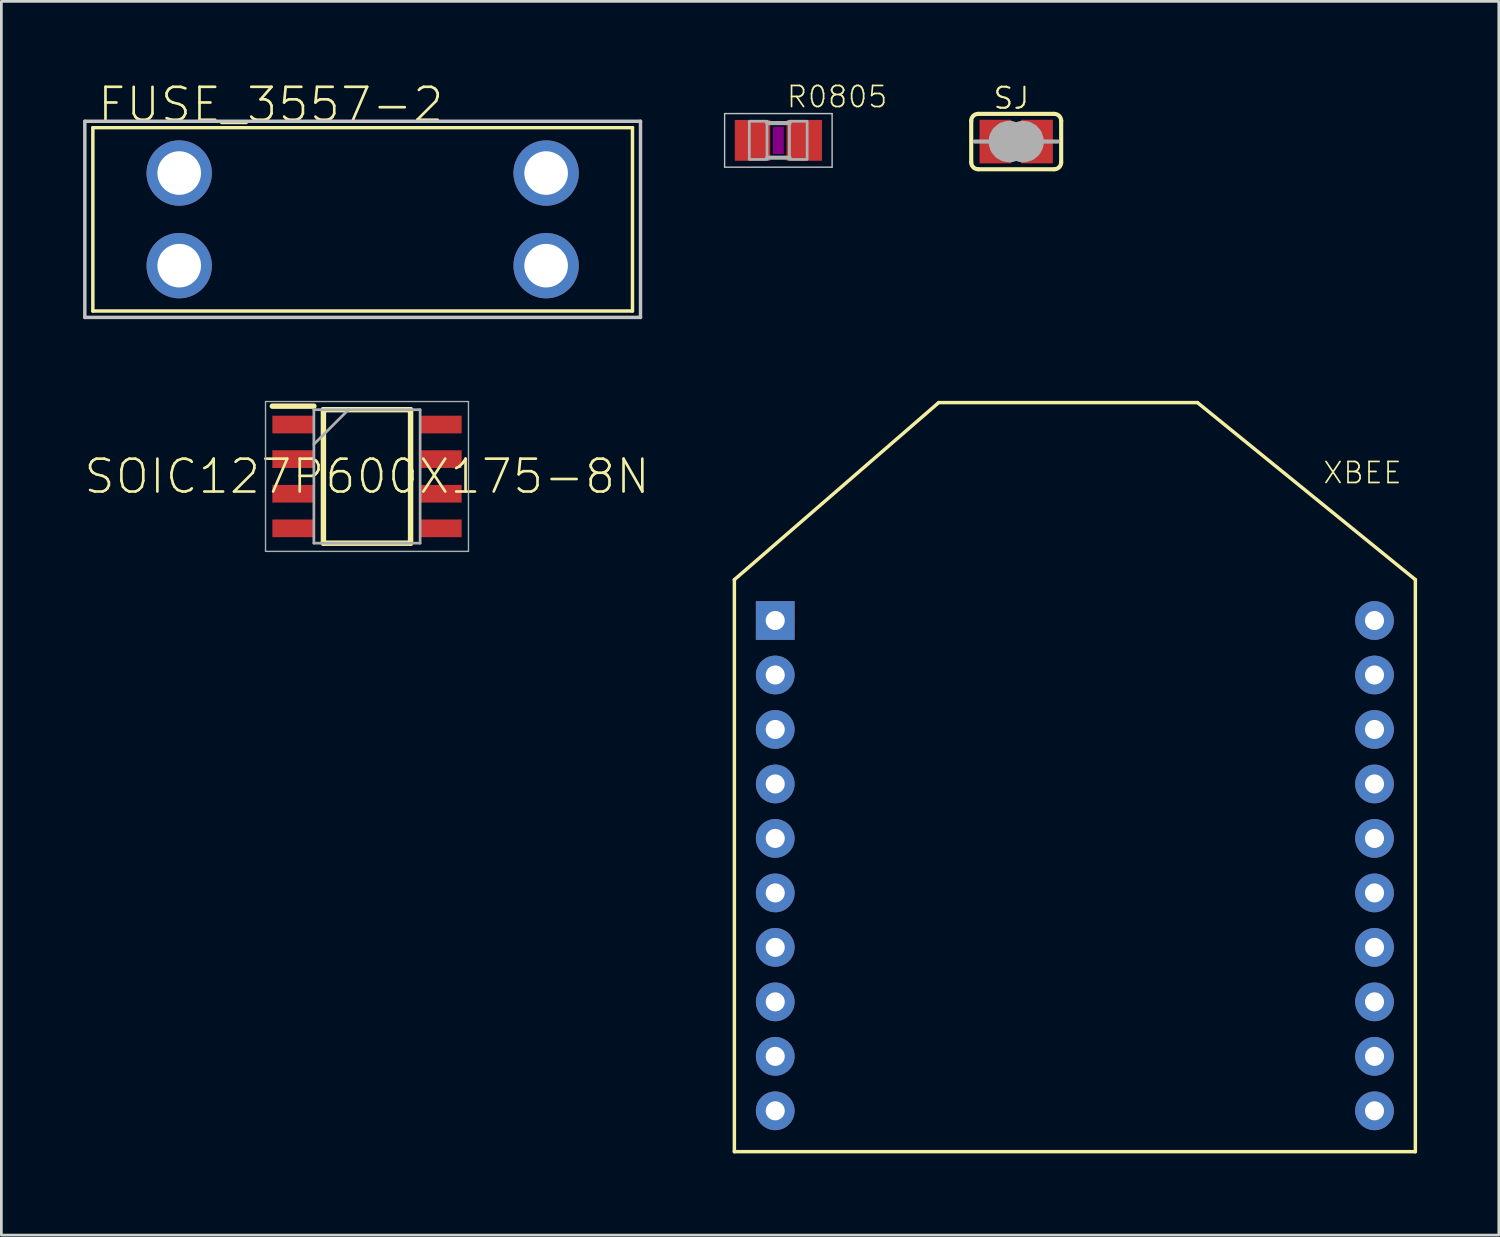
<source format=kicad_pcb>
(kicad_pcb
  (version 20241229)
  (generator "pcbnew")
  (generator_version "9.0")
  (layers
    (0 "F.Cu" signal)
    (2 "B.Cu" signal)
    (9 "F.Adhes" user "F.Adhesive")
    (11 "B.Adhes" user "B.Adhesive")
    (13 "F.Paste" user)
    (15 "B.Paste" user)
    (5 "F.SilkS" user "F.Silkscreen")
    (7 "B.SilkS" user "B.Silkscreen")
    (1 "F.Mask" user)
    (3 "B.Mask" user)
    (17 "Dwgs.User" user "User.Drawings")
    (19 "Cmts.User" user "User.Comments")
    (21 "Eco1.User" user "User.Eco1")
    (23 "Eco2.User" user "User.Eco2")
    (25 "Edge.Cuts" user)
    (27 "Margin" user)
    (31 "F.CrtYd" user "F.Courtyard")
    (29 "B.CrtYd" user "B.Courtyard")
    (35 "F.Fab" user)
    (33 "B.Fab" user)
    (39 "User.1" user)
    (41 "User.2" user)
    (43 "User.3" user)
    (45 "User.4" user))
  (footprint "FUSE_3557-2"
    (layer "F.Cu")
    (at 10.264 5.003)
    (property "Reference" "FUSE_3557-2" (at -9.793 -3.505 0) (layer "F.SilkS") (effects (font (size 1.208 1.208) (thickness 0.097)) (justify left bottom)))
    (attr through_hole)
    (fp_line (start -9.905 -3.365) (end -9.905 3.365) (stroke (width 0.127) (type solid)) (layer "F.SilkS"))
    (fp_line (start -9.905 3.365) (end 9.905 3.365) (stroke (width 0.127) (type solid)) (layer "F.SilkS"))
    (fp_line (start 9.905 -3.365) (end -9.905 -3.365) (stroke (width 0.127) (type solid)) (layer "F.SilkS"))
    (fp_line (start 9.905 3.365) (end 9.905 -3.365) (stroke (width 0.127) (type solid)) (layer "F.SilkS"))
    (fp_line (start -10.2 -3.6) (end 10.2 -3.6) (stroke (width 0.127) (type solid)) (layer "Dwgs.User"))
    (fp_line (start -10.2 3.6) (end -10.2 -3.6) (stroke (width 0.127) (type solid)) (layer "Dwgs.User"))
    (fp_line (start 10.2 -3.6) (end 10.2 3.6) (stroke (width 0.127) (type solid)) (layer "Dwgs.User"))
    (fp_line (start 10.2 3.6) (end -10.2 3.6) (stroke (width 0.127) (type solid)) (layer "Dwgs.User"))
    (pad "1" thru_hole circle (at -6.735 -1.7) (size 2.4 2.4) (drill 1.6) (layers "*.Cu" "*.Mask"))
    (pad "2" thru_hole circle (at -6.735 1.7) (size 2.4 2.4) (drill 1.6) (layers "*.Cu" "*.Mask"))
    (pad "3" thru_hole circle (at 6.735 -1.7) (size 2.4 2.4) (drill 1.6) (layers "*.Cu" "*.Mask"))
    (pad "4" thru_hole circle (at 6.735 1.7) (size 2.4 2.4) (drill 1.6) (layers "*.Cu" "*.Mask")))
  (footprint "SOIC127P600X175-8N"
    (layer "F.Cu")
    (at 10.423 14.441)
    (property "Reference" "SOIC127P600X175-8N" (at 0 0 0) (layer "F.SilkS") (effects (font (size 1.206 1.206) (thickness 0.097))))
    (attr through_hole)
    (fp_line (start -3.475 -2.58) (end -1.95 -2.58) (stroke (width 0.2) (type solid)) (layer "F.SilkS"))
    (fp_line (start -1.6 -2.45) (end 1.6 -2.45) (stroke (width 0.2) (type solid)) (layer "F.SilkS"))
    (fp_line (start -1.6 2.45) (end -1.6 -2.45) (stroke (width 0.2) (type solid)) (layer "F.SilkS"))
    (fp_line (start 1.6 -2.45) (end 1.6 2.45) (stroke (width 0.2) (type solid)) (layer "F.SilkS"))
    (fp_line (start 1.6 2.45) (end -1.6 2.45) (stroke (width 0.2) (type solid)) (layer "F.SilkS"))
    (fp_line (start -3.725 -2.75) (end 3.725 -2.75) (stroke (width 0.05) (type solid)) (layer "F.Fab"))
    (fp_line (start -3.725 2.75) (end -3.725 -2.75) (stroke (width 0.05) (type solid)) (layer "F.Fab"))
    (fp_line (start -1.95 -2.45) (end 1.95 -2.45) (stroke (width 0.1) (type solid)) (layer "F.Fab"))
    (fp_line (start -1.95 -1.18) (end -0.68 -2.45) (stroke (width 0.1) (type solid)) (layer "F.Fab"))
    (fp_line (start -1.95 2.45) (end -1.95 -2.45) (stroke (width 0.1) (type solid)) (layer "F.Fab"))
    (fp_line (start 1.95 -2.45) (end 1.95 2.45) (stroke (width 0.1) (type solid)) (layer "F.Fab"))
    (fp_line (start 1.95 2.45) (end -1.95 2.45) (stroke (width 0.1) (type solid)) (layer "F.Fab"))
    (fp_line (start 3.725 -2.75) (end 3.725 2.75) (stroke (width 0.05) (type solid)) (layer "F.Fab"))
    (fp_line (start 3.725 2.75) (end -3.725 2.75) (stroke (width 0.05) (type solid)) (layer "F.Fab"))
    (pad "1" smd rect (at -2.712 -1.905) (size 1.525 0.65) (layers "F.Cu" "F.Mask" "F.Paste"))
    (pad "2" smd rect (at -2.712 -0.635) (size 1.525 0.65) (layers "F.Cu" "F.Mask" "F.Paste"))
    (pad "3" smd rect (at -2.712 0.635) (size 1.525 0.65) (layers "F.Cu" "F.Mask" "F.Paste"))
    (pad "4" smd rect (at -2.712 1.905) (size 1.525 0.65) (layers "F.Cu" "F.Mask" "F.Paste"))
    (pad "5" smd rect (at 2.712 1.905) (size 1.525 0.65) (layers "F.Cu" "F.Mask" "F.Paste"))
    (pad "6" smd rect (at 2.712 0.635) (size 1.525 0.65) (layers "F.Cu" "F.Mask" "F.Paste"))
    (pad "7" smd rect (at 2.712 -0.635) (size 1.525 0.65) (layers "F.Cu" "F.Mask" "F.Paste"))
    (pad "8" smd rect (at 2.712 -1.905) (size 1.525 0.65) (layers "F.Cu" "F.Mask" "F.Paste")))
  (footprint "SJ"
    (layer "F.Cu")
    (at 34.256 2.147)
    (property "Reference" "SJ" (at -0.889 -1.143 0) (layer "F.SilkS") (effects (font (size 0.772 0.772) (thickness 0.077)) (justify left bottom)))
    (attr through_hole)
    (fp_poly (pts (xy -0.076 0.914) (xy 0.076 0.914) (xy 0.076 -0.914) (xy -0.076 -0.914)) (stroke (width 0) (type solid)) (fill yes) (layer "F.Mask"))
    (fp_line (start -1.651 0.762) (end -1.651 -0.762) (stroke (width 0.152) (type solid)) (layer "F.SilkS"))
    (fp_line (start -1.397 -1.016) (end 1.397 -1.016) (stroke (width 0.152) (type solid)) (layer "F.SilkS"))
    (fp_line (start 1.397 1.016) (end -1.397 1.016) (stroke (width 0.152) (type solid)) (layer "F.SilkS"))
    (fp_line (start 1.651 0.762) (end 1.651 -0.762) (stroke (width 0.152) (type solid)) (layer "F.SilkS"))
    (fp_arc (start -1.651 -0.762) (mid -1.576605 -0.941605) (end -1.397 -1.016) (stroke (width 0.1524) (type solid)) (layer "F.SilkS"))
    (fp_arc (start -1.397 1.016) (mid -1.576605 0.941605) (end -1.651 0.762) (stroke (width 0.1524) (type solid)) (layer "F.SilkS"))
    (fp_arc (start 1.397 -1.016) (mid 1.576605 -0.941605) (end 1.651 -0.762) (stroke (width 0.1524) (type solid)) (layer "F.SilkS"))
    (fp_arc (start 1.651 0.762) (mid 1.576605 0.941605) (end 1.397 1.016) (stroke (width 0.1524) (type solid)) (layer "F.SilkS"))
    (fp_line (start -1.016 0) (end -1.524 0) (stroke (width 0.152) (type solid)) (layer "F.Fab"))
    (fp_line (start 1.016 0) (end 1.524 0) (stroke (width 0.152) (type solid)) (layer "F.Fab"))
    (fp_arc (start -0.254 0.127) (mid -0.381 0) (end -0.254 -0.127) (stroke (width 1.27) (type solid)) (layer "F.Fab"))
    (fp_arc (start 0.254 -0.127) (mid 0.381 0) (end 0.254 0.127) (stroke (width 1.27) (type solid)) (layer "F.Fab"))
    (pad "1" smd rect (at -0.762 0) (size 1.168 1.6) (layers "F.Cu" "F.Mask" "F.Paste"))
    (pad "2" smd rect (at 0.762 0) (size 1.168 1.6) (layers "F.Cu" "F.Mask" "F.Paste")))
  (footprint "XBEE"
    (layer "F.Cu")
    (at 36.41 25.23)
    (property "Reference" "XBEE" (at 9.068 -10.47 180) (layer "F.SilkS") (effects (font (size 0.772 0.772) (thickness 0.062)) (justify left bottom)))
    (attr through_hole)
    (fp_line (start -12.5 -7) (end -12.5 14) (stroke (width 0.127) (type solid)) (layer "F.SilkS"))
    (fp_line (start -12.5 14) (end 12.5 14) (stroke (width 0.127) (type solid)) (layer "F.SilkS"))
    (fp_line (start -5 -13.5) (end -12.5 -7) (stroke (width 0.127) (type solid)) (layer "F.SilkS"))
    (fp_line (start 4.5 -13.5) (end -5 -13.5) (stroke (width 0.127) (type solid)) (layer "F.SilkS"))
    (fp_line (start 12.5 -7) (end 4.5 -13.5) (stroke (width 0.127) (type solid)) (layer "F.SilkS"))
    (fp_line (start 12.5 14) (end 12.5 -7) (stroke (width 0.127) (type solid)) (layer "F.SilkS"))
    (pad "1" thru_hole rect (at -11 -5.5) (size 1.422 1.422) (drill 0.7) (layers "*.Cu" "*.Mask"))
    (pad "2" thru_hole circle (at -11 -3.5) (size 1.422 1.422) (drill 0.7) (layers "*.Cu" "*.Mask"))
    (pad "3" thru_hole circle (at -11 -1.5) (size 1.422 1.422) (drill 0.7) (layers "*.Cu" "*.Mask"))
    (pad "4" thru_hole circle (at -11 0.5) (size 1.422 1.422) (drill 0.7) (layers "*.Cu" "*.Mask"))
    (pad "5" thru_hole circle (at -11 2.5) (size 1.422 1.422) (drill 0.7) (layers "*.Cu" "*.Mask"))
    (pad "6" thru_hole circle (at -11 4.5) (size 1.422 1.422) (drill 0.7) (layers "*.Cu" "*.Mask"))
    (pad "7" thru_hole circle (at -11 6.5) (size 1.422 1.422) (drill 0.7) (layers "*.Cu" "*.Mask"))
    (pad "8" thru_hole circle (at -11 8.5) (size 1.422 1.422) (drill 0.7) (layers "*.Cu" "*.Mask"))
    (pad "9" thru_hole circle (at -11 10.5) (size 1.422 1.422) (drill 0.7) (layers "*.Cu" "*.Mask"))
    (pad "10" thru_hole circle (at -11 12.5) (size 1.422 1.422) (drill 0.7) (layers "*.Cu" "*.Mask"))
    (pad "11" thru_hole circle (at 11 12.5) (size 1.422 1.422) (drill 0.7) (layers "*.Cu" "*.Mask"))
    (pad "12" thru_hole circle (at 11 10.5) (size 1.422 1.422) (drill 0.7) (layers "*.Cu" "*.Mask"))
    (pad "13" thru_hole circle (at 11 8.5) (size 1.422 1.422) (drill 0.7) (layers "*.Cu" "*.Mask"))
    (pad "14" thru_hole circle (at 11 6.5) (size 1.422 1.422) (drill 0.7) (layers "*.Cu" "*.Mask"))
    (pad "15" thru_hole circle (at 11 4.5) (size 1.422 1.422) (drill 0.7) (layers "*.Cu" "*.Mask"))
    (pad "16" thru_hole circle (at 11 2.5) (size 1.422 1.422) (drill 0.7) (layers "*.Cu" "*.Mask"))
    (pad "17" thru_hole circle (at 11 0.5) (size 1.422 1.422) (drill 0.7) (layers "*.Cu" "*.Mask"))
    (pad "18" thru_hole circle (at 11 -1.5) (size 1.422 1.422) (drill 0.7) (layers "*.Cu" "*.Mask"))
    (pad "19" thru_hole circle (at 11 -3.5) (size 1.422 1.422) (drill 0.7) (layers "*.Cu" "*.Mask"))
    (pad "20" thru_hole circle (at 11 -5.5) (size 1.422 1.422) (drill 0.7) (layers "*.Cu" "*.Mask")))
  (footprint "R0805"
    (layer "F.Cu")
    (at 25.525 2.103)
    (property "Reference" "R0805" (at 0.259 -1.146 0) (layer "F.SilkS") (effects (font (size 0.772 0.772) (thickness 0.062)) (justify left bottom)))
    (attr through_hole)
    (fp_poly (pts (xy -0.2 0.5) (xy 0.2 0.5) (xy 0.2 -0.5) (xy -0.2 -0.5)) (stroke (width 0) (type solid)) (fill yes) (layer "F.Adhes"))
    (fp_line (start -1.973 -0.983) (end 1.973 -0.983) (stroke (width 0.051) (type solid)) (layer "Dwgs.User"))
    (fp_line (start -1.973 0.983) (end -1.973 -0.983) (stroke (width 0.051) (type solid)) (layer "Dwgs.User"))
    (fp_line (start 1.973 -0.983) (end 1.973 0.983) (stroke (width 0.051) (type solid)) (layer "Dwgs.User"))
    (fp_line (start 1.973 0.983) (end -1.973 0.983) (stroke (width 0.051) (type solid)) (layer "Dwgs.User"))
    (fp_line (start -0.41 -0.635) (end 0.41 -0.635) (stroke (width 0.152) (type solid)) (layer "F.Fab"))
    (fp_line (start -0.41 0.635) (end 0.41 0.635) (stroke (width 0.152) (type solid)) (layer "F.Fab"))
    (fp_poly (pts (xy -1.067 0.699) (xy -0.417 0.699) (xy -0.417 -0.702) (xy -1.067 -0.702)) (stroke (width 0.1) (type solid)) (fill no) (layer "F.Fab"))
    (fp_poly (pts (xy 0.406 0.699) (xy 1.056 0.699) (xy 1.056 -0.702) (xy 0.406 -0.702)) (stroke (width 0.1) (type solid)) (fill no) (layer "F.Fab"))
    (pad "1" smd rect (at -0.95 0) (size 1.3 1.5) (layers "F.Cu" "F.Mask" "F.Paste"))
    (pad "2" smd rect (at 0.95 0) (size 1.3 1.5) (layers "F.Cu" "F.Mask" "F.Paste")))
  (gr_rect
    (start -3 -3)
    (end 51.973 42.293)
    (stroke (width 0.1) (type default))
    (fill no)
    (layer "Edge.Cuts")))
</source>
